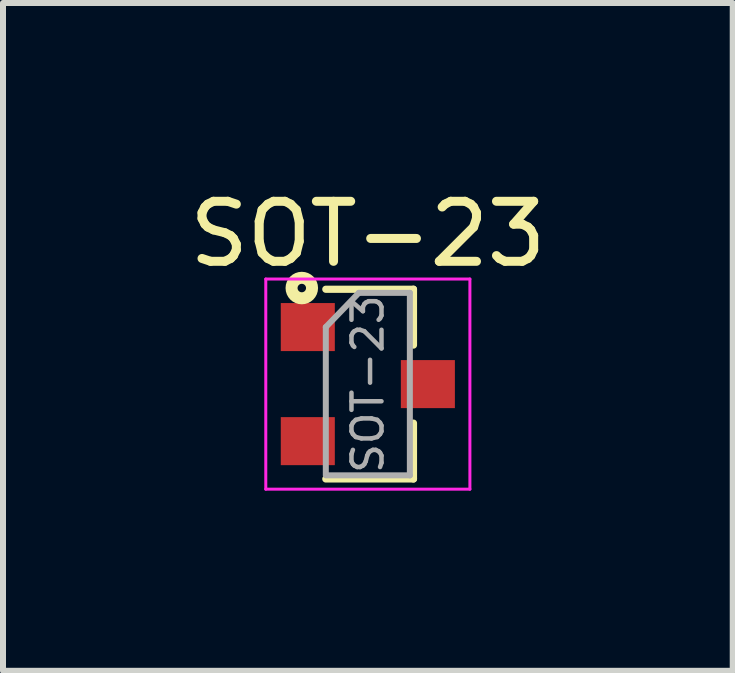
<source format=kicad_pcb>
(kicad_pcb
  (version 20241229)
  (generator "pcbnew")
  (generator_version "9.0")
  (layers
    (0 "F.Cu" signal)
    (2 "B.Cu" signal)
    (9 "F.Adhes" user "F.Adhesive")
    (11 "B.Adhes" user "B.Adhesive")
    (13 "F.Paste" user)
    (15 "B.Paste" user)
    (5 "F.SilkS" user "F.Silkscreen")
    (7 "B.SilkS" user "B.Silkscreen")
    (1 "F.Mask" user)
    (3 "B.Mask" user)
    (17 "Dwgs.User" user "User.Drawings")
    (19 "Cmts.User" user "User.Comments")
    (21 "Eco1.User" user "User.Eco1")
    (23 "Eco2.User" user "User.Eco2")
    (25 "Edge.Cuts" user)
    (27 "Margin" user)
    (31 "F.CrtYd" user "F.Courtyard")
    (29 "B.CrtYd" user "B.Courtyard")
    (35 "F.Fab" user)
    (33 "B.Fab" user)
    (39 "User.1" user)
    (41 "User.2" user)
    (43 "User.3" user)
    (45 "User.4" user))
  (footprint "SOT-23"
    (layer "F.Cu")
    (at 3.077 3.348)
    (property "Reference" "SOT-23" (at 0 -2.5 0) (layer "F.SilkS") (effects (font (size 1 1) (thickness 0.15))))
    (attr smd)
    (fp_line (start 0.76 -1.58) (end -0.7 -1.58) (stroke (width 0.12) (type solid)) (layer "F.SilkS"))
    (fp_line (start 0.76 -1.58) (end 0.76 -0.65) (stroke (width 0.12) (type solid)) (layer "F.SilkS"))
    (fp_line (start 0.76 1.58) (end -0.7 1.58) (stroke (width 0.12) (type solid)) (layer "F.SilkS"))
    (fp_line (start 0.76 1.58) (end 0.76 0.65) (stroke (width 0.12) (type solid)) (layer "F.SilkS"))
    (fp_circle (center -1.1 -1.6) (end -1.05 -1.55) (stroke (width 0.2) (type solid)) (fill no) (layer "F.SilkS"))
    (fp_line (start -1.7 -1.75) (end 1.7 -1.75) (stroke (width 0.05) (type solid)) (layer "F.CrtYd"))
    (fp_line (start -1.7 1.75) (end -1.7 -1.75) (stroke (width 0.05) (type solid)) (layer "F.CrtYd"))
    (fp_line (start 1.7 -1.75) (end 1.7 1.75) (stroke (width 0.05) (type solid)) (layer "F.CrtYd"))
    (fp_line (start 1.7 1.75) (end -1.7 1.75) (stroke (width 0.05) (type solid)) (layer "F.CrtYd"))
    (fp_line (start -0.7 -0.95) (end -0.7 1.5) (stroke (width 0.1) (type solid)) (layer "F.Fab"))
    (fp_line (start -0.7 -0.95) (end -0.15 -1.52) (stroke (width 0.1) (type solid)) (layer "F.Fab"))
    (fp_line (start -0.7 1.52) (end 0.7 1.52) (stroke (width 0.1) (type solid)) (layer "F.Fab"))
    (fp_line (start -0.15 -1.52) (end 0.7 -1.52) (stroke (width 0.1) (type solid)) (layer "F.Fab"))
    (fp_line (start 0.7 -1.52) (end 0.7 1.52) (stroke (width 0.1) (type solid)) (layer "F.Fab"))
    (fp_text user "${REFERENCE}" (at 0 0 90) (layer "F.Fab") (effects (font (size 0.5 0.5) (thickness 0.075))))
    (pad "1" smd rect (at -1 -0.95) (size 0.9 0.8) (layers "F.Cu" "F.Mask" "F.Paste"))
    (pad "2" smd rect (at -1 0.95) (size 0.9 0.8) (layers "F.Cu" "F.Mask" "F.Paste"))
    (pad "3" smd rect (at 1 0) (size 0.9 0.8) (layers "F.Cu" "F.Mask" "F.Paste")))
  (gr_rect
    (start -3 -3)
    (end 9.155 8.123)
    (stroke (width 0.1) (type default))
    (fill no)
    (layer "Edge.Cuts")))
</source>
